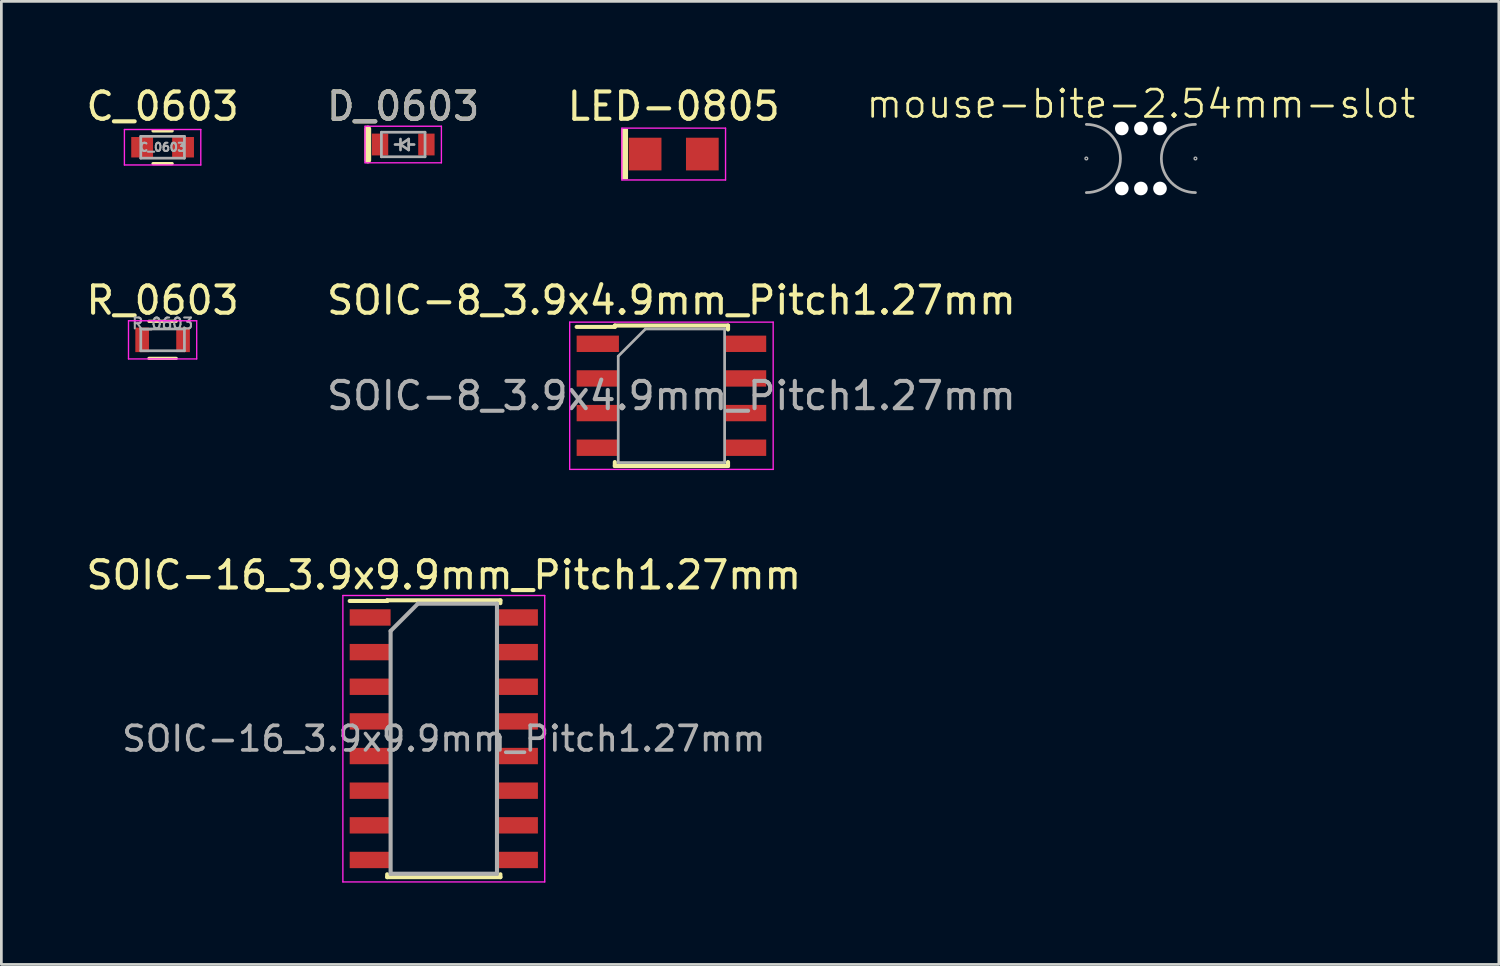
<source format=kicad_pcb>
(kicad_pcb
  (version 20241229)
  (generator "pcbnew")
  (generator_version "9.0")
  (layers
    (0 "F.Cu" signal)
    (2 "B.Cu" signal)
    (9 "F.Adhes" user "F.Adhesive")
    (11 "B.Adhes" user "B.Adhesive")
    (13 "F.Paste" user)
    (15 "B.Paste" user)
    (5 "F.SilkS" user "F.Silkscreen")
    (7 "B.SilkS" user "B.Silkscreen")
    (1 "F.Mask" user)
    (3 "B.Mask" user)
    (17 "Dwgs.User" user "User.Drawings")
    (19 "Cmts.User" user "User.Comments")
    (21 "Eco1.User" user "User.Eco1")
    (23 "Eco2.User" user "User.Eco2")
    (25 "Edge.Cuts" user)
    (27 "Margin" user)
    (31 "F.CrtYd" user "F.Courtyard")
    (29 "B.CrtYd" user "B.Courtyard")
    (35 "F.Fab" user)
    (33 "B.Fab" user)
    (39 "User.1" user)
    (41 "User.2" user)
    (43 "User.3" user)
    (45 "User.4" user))
  (footprint "SOIC-8_3.9x4.9mm_Pitch1.27mm"
    (layer "F.Cu")
    (at 21.565 11.459)
    (property "Reference" "SOIC-8_3.9x4.9mm_Pitch1.27mm" (at 0 -3.5 0) (layer "F.SilkS") (effects (font (size 1 1) (thickness 0.15))))
    (attr smd)
    (fp_line (start -2.075 -2.575) (end -2.075 -2.525) (stroke (width 0.15) (type solid)) (layer "F.SilkS"))
    (fp_line (start -2.075 -2.575) (end 2.075 -2.575) (stroke (width 0.15) (type solid)) (layer "F.SilkS"))
    (fp_line (start -2.075 -2.525) (end -3.475 -2.525) (stroke (width 0.15) (type solid)) (layer "F.SilkS"))
    (fp_line (start -2.075 2.575) (end -2.075 2.43) (stroke (width 0.15) (type solid)) (layer "F.SilkS"))
    (fp_line (start -2.075 2.575) (end 2.075 2.575) (stroke (width 0.15) (type solid)) (layer "F.SilkS"))
    (fp_line (start 2.075 -2.575) (end 2.075 -2.43) (stroke (width 0.15) (type solid)) (layer "F.SilkS"))
    (fp_line (start 2.075 2.575) (end 2.075 2.43) (stroke (width 0.15) (type solid)) (layer "F.SilkS"))
    (fp_line (start -3.73 -2.7) (end -3.73 2.7) (stroke (width 0.05) (type solid)) (layer "F.CrtYd"))
    (fp_line (start -3.73 -2.7) (end 3.73 -2.7) (stroke (width 0.05) (type solid)) (layer "F.CrtYd"))
    (fp_line (start -3.73 2.7) (end 3.73 2.7) (stroke (width 0.05) (type solid)) (layer "F.CrtYd"))
    (fp_line (start 3.73 -2.7) (end 3.73 2.7) (stroke (width 0.05) (type solid)) (layer "F.CrtYd"))
    (fp_line (start -1.95 -1.45) (end -0.95 -2.45) (stroke (width 0.1) (type solid)) (layer "F.Fab"))
    (fp_line (start -1.95 2.45) (end -1.95 -1.45) (stroke (width 0.1) (type solid)) (layer "F.Fab"))
    (fp_line (start -0.95 -2.45) (end 1.95 -2.45) (stroke (width 0.1) (type solid)) (layer "F.Fab"))
    (fp_line (start 1.95 -2.45) (end 1.95 2.45) (stroke (width 0.1) (type solid)) (layer "F.Fab"))
    (fp_line (start 1.95 2.45) (end -1.95 2.45) (stroke (width 0.1) (type solid)) (layer "F.Fab"))
    (fp_text user "${REFERENCE}" (at 0 0 0) (layer "F.Fab") (effects (font (size 1 1) (thickness 0.15))))
    (pad "1" smd rect (at -2.7 -1.905) (size 1.55 0.6) (layers "F.Cu" "F.Mask" "F.Paste"))
    (pad "2" smd rect (at -2.7 -0.635) (size 1.55 0.6) (layers "F.Cu" "F.Mask" "F.Paste"))
    (pad "3" smd rect (at -2.7 0.635) (size 1.55 0.6) (layers "F.Cu" "F.Mask" "F.Paste"))
    (pad "4" smd rect (at -2.7 1.905) (size 1.55 0.6) (layers "F.Cu" "F.Mask" "F.Paste"))
    (pad "5" smd rect (at 2.7 1.905) (size 1.55 0.6) (layers "F.Cu" "F.Mask" "F.Paste"))
    (pad "6" smd rect (at 2.7 0.635) (size 1.55 0.6) (layers "F.Cu" "F.Mask" "F.Paste"))
    (pad "7" smd rect (at 2.7 -0.635) (size 1.55 0.6) (layers "F.Cu" "F.Mask" "F.Paste"))
    (pad "8" smd rect (at 2.7 -1.905) (size 1.55 0.6) (layers "F.Cu" "F.Mask" "F.Paste")))
  (footprint "LED-0805"
    (layer "F.Cu")
    (at 21.649 2.598)
    (property "Reference" "LED-0805" (at 0 -1.75 0) (layer "F.SilkS") (effects (font (size 1 1) (thickness 0.15))))
    (attr smd)
    (fp_poly (pts (xy -1.9 -0.9) (xy -1.7 -0.9) (xy -1.7 0.9) (xy -1.9 0.9)) (stroke (width 0.05) (type solid)) (fill yes) (layer "F.SilkS"))
    (fp_line (start -1.9 -0.95) (end 1.9 -0.95) (stroke (width 0.05) (type solid)) (layer "F.CrtYd"))
    (fp_line (start -1.9 0.95) (end -1.9 -0.95) (stroke (width 0.05) (type solid)) (layer "F.CrtYd"))
    (fp_line (start 1.9 -0.95) (end 1.9 0.95) (stroke (width 0.05) (type solid)) (layer "F.CrtYd"))
    (fp_line (start 1.9 0.95) (end -1.9 0.95) (stroke (width 0.05) (type solid)) (layer "F.CrtYd"))
    (pad "1" smd rect (at -1.049 0 180) (size 1.199 1.199) (layers "F.Cu" "F.Mask" "F.Paste"))
    (pad "2" smd rect (at 1.049 0 180) (size 1.199 1.199) (layers "F.Cu" "F.Mask" "F.Paste")))
  (footprint "SOIC-16_3.9x9.9mm_Pitch1.27mm"
    (layer "F.Cu")
    (at 13.22 24.032)
    (property "Reference" "SOIC-16_3.9x9.9mm_Pitch1.27mm" (at 0 -6 0) (layer "F.SilkS") (effects (font (size 1 1) (thickness 0.15))))
    (attr smd)
    (fp_line (start -2.075 -5.075) (end -2.075 -5.05) (stroke (width 0.15) (type solid)) (layer "F.SilkS"))
    (fp_line (start -2.075 -5.075) (end 2.075 -5.075) (stroke (width 0.15) (type solid)) (layer "F.SilkS"))
    (fp_line (start -2.075 -5.05) (end -3.45 -5.05) (stroke (width 0.15) (type solid)) (layer "F.SilkS"))
    (fp_line (start -2.075 5.075) (end -2.075 4.97) (stroke (width 0.15) (type solid)) (layer "F.SilkS"))
    (fp_line (start -2.075 5.075) (end 2.075 5.075) (stroke (width 0.15) (type solid)) (layer "F.SilkS"))
    (fp_line (start 2.075 -5.075) (end 2.075 -4.97) (stroke (width 0.15) (type solid)) (layer "F.SilkS"))
    (fp_line (start 2.075 5.075) (end 2.075 4.97) (stroke (width 0.15) (type solid)) (layer "F.SilkS"))
    (fp_line (start -3.7 -5.25) (end -3.7 5.25) (stroke (width 0.05) (type solid)) (layer "F.CrtYd"))
    (fp_line (start -3.7 -5.25) (end 3.7 -5.25) (stroke (width 0.05) (type solid)) (layer "F.CrtYd"))
    (fp_line (start -3.7 5.25) (end 3.7 5.25) (stroke (width 0.05) (type solid)) (layer "F.CrtYd"))
    (fp_line (start 3.7 -5.25) (end 3.7 5.25) (stroke (width 0.05) (type solid)) (layer "F.CrtYd"))
    (fp_line (start -1.95 -3.95) (end -0.95 -4.95) (stroke (width 0.15) (type solid)) (layer "F.Fab"))
    (fp_line (start -1.95 4.95) (end -1.95 -3.95) (stroke (width 0.15) (type solid)) (layer "F.Fab"))
    (fp_line (start -0.95 -4.95) (end 1.95 -4.95) (stroke (width 0.15) (type solid)) (layer "F.Fab"))
    (fp_line (start 1.95 -4.95) (end 1.95 4.95) (stroke (width 0.15) (type solid)) (layer "F.Fab"))
    (fp_line (start 1.95 4.95) (end -1.95 4.95) (stroke (width 0.15) (type solid)) (layer "F.Fab"))
    (fp_text user "${REFERENCE}" (at 0 0 0) (layer "F.Fab") (effects (font (size 0.9 0.9) (thickness 0.135))))
    (pad "1" smd rect (at -2.7 -4.445) (size 1.5 0.6) (layers "F.Cu" "F.Mask" "F.Paste"))
    (pad "2" smd rect (at -2.7 -3.175) (size 1.5 0.6) (layers "F.Cu" "F.Mask" "F.Paste"))
    (pad "3" smd rect (at -2.7 -1.905) (size 1.5 0.6) (layers "F.Cu" "F.Mask" "F.Paste"))
    (pad "4" smd rect (at -2.7 -0.635) (size 1.5 0.6) (layers "F.Cu" "F.Mask" "F.Paste"))
    (pad "5" smd rect (at -2.7 0.635) (size 1.5 0.6) (layers "F.Cu" "F.Mask" "F.Paste"))
    (pad "6" smd rect (at -2.7 1.905) (size 1.5 0.6) (layers "F.Cu" "F.Mask" "F.Paste"))
    (pad "7" smd rect (at -2.7 3.175) (size 1.5 0.6) (layers "F.Cu" "F.Mask" "F.Paste"))
    (pad "8" smd rect (at -2.7 4.445) (size 1.5 0.6) (layers "F.Cu" "F.Mask" "F.Paste"))
    (pad "9" smd rect (at 2.7 4.445) (size 1.5 0.6) (layers "F.Cu" "F.Mask" "F.Paste"))
    (pad "10" smd rect (at 2.7 3.175) (size 1.5 0.6) (layers "F.Cu" "F.Mask" "F.Paste"))
    (pad "11" smd rect (at 2.7 1.905) (size 1.5 0.6) (layers "F.Cu" "F.Mask" "F.Paste"))
    (pad "12" smd rect (at 2.7 0.635) (size 1.5 0.6) (layers "F.Cu" "F.Mask" "F.Paste"))
    (pad "13" smd rect (at 2.7 -0.635) (size 1.5 0.6) (layers "F.Cu" "F.Mask" "F.Paste"))
    (pad "14" smd rect (at 2.7 -1.905) (size 1.5 0.6) (layers "F.Cu" "F.Mask" "F.Paste"))
    (pad "15" smd rect (at 2.7 -3.175) (size 1.5 0.6) (layers "F.Cu" "F.Mask" "F.Paste"))
    (pad "16" smd rect (at 2.7 -4.445) (size 1.5 0.6) (layers "F.Cu" "F.Mask" "F.Paste")))
  (footprint "C_0603"
    (layer "F.Cu")
    (at 2.911 2.348)
    (property "Reference" "C_0603" (at 0 -1.5 0) (layer "F.SilkS") (effects (font (size 1 1) (thickness 0.15))))
    (attr smd)
    (fp_line (start -0.35 -0.6) (end 0.35 -0.6) (stroke (width 0.12) (type solid)) (layer "F.SilkS"))
    (fp_line (start 0.35 0.6) (end -0.35 0.6) (stroke (width 0.12) (type solid)) (layer "F.SilkS"))
    (fp_line (start -1.4 -0.65) (end -1.4 0.65) (stroke (width 0.05) (type solid)) (layer "F.CrtYd"))
    (fp_line (start -1.4 -0.65) (end 1.4 -0.65) (stroke (width 0.05) (type solid)) (layer "F.CrtYd"))
    (fp_line (start 1.4 0.65) (end -1.4 0.65) (stroke (width 0.05) (type solid)) (layer "F.CrtYd"))
    (fp_line (start 1.4 0.65) (end 1.4 -0.65) (stroke (width 0.05) (type solid)) (layer "F.CrtYd"))
    (fp_line (start -0.8 -0.4) (end 0.8 -0.4) (stroke (width 0.1) (type solid)) (layer "F.Fab"))
    (fp_line (start -0.8 0.4) (end -0.8 -0.4) (stroke (width 0.1) (type solid)) (layer "F.Fab"))
    (fp_line (start 0.8 -0.4) (end 0.8 0.4) (stroke (width 0.1) (type solid)) (layer "F.Fab"))
    (fp_line (start 0.8 0.4) (end -0.8 0.4) (stroke (width 0.1) (type solid)) (layer "F.Fab"))
    (fp_text user "${REFERENCE}" (at 0 0 0) (layer "F.Fab") (effects (font (size 0.3 0.3) (thickness 0.075))))
    (pad "1" smd rect (at -0.75 0) (size 0.8 0.75) (layers "F.Cu" "F.Mask" "F.Paste"))
    (pad "2" smd rect (at 0.75 0) (size 0.8 0.75) (layers "F.Cu" "F.Mask" "F.Paste")))
  (footprint "R_0603"
    (layer "F.Cu")
    (at 2.911 9.409)
    (property "Reference" "R_0603" (at 0 -1.45 0) (layer "F.SilkS") (effects (font (size 1 1) (thickness 0.15))))
    (attr smd)
    (fp_line (start -0.5 -0.68) (end 0.5 -0.68) (stroke (width 0.12) (type solid)) (layer "F.SilkS"))
    (fp_line (start 0.5 0.68) (end -0.5 0.68) (stroke (width 0.12) (type solid)) (layer "F.SilkS"))
    (fp_line (start -1.25 -0.7) (end -1.25 0.7) (stroke (width 0.05) (type solid)) (layer "F.CrtYd"))
    (fp_line (start -1.25 -0.7) (end 1.25 -0.7) (stroke (width 0.05) (type solid)) (layer "F.CrtYd"))
    (fp_line (start 1.25 0.7) (end -1.25 0.7) (stroke (width 0.05) (type solid)) (layer "F.CrtYd"))
    (fp_line (start 1.25 0.7) (end 1.25 -0.7) (stroke (width 0.05) (type solid)) (layer "F.CrtYd"))
    (fp_line (start -0.8 -0.4) (end 0.8 -0.4) (stroke (width 0.1) (type solid)) (layer "F.Fab"))
    (fp_line (start -0.8 0.4) (end -0.8 -0.4) (stroke (width 0.1) (type solid)) (layer "F.Fab"))
    (fp_line (start 0.8 -0.4) (end 0.8 0.4) (stroke (width 0.1) (type solid)) (layer "F.Fab"))
    (fp_line (start 0.8 0.4) (end -0.8 0.4) (stroke (width 0.1) (type solid)) (layer "F.Fab"))
    (fp_text user "${REFERENCE}" (at 0 -0.6 0) (layer "F.Fab") (effects (font (size 0.4 0.4) (thickness 0.075))))
    (pad "1" smd rect (at -0.75 0) (size 0.5 0.9) (layers "F.Cu" "F.Mask" "F.Paste"))
    (pad "2" smd rect (at 0.75 0) (size 0.5 0.9) (layers "F.Cu" "F.Mask" "F.Paste")))
  (footprint "mouse-bite-2.54mm-slot"
    (layer "F.Cu")
    (at 38.776 2.76)
    (property "Reference" "mouse-bite-2.54mm-slot" (at 0 -2 0) (layer "F.SilkS") (effects (font (size 1 1) (thickness 0.1))))
    (attr through_hole)
    (fp_arc (start -2 -1.25) (mid -0.75 0) (end -2 1.25) (stroke (width 0.1) (type solid)) (layer "F.Fab"))
    (fp_arc (start 2 1.25) (mid 0.75 0) (end 2 -1.25) (stroke (width 0.1) (type solid)) (layer "F.Fab"))
    (fp_circle (center -2 0) (end -1.95 0) (stroke (width 0.05) (type solid)) (fill no) (layer "F.Fab"))
    (fp_circle (center 2 0) (end 2.05 0) (stroke (width 0.05) (type solid)) (fill no) (layer "F.Fab"))
    (pad "" np_thru_hole circle (at -0.7 -1.1) (size 0.5 0.5) (drill 0.5) (layers "*.Cu" "*.Mask"))
    (pad "" np_thru_hole circle (at -0.7 1.1) (size 0.5 0.5) (drill 0.5) (layers "*.Cu" "*.Mask"))
    (pad "" np_thru_hole circle (at 0 -1.1) (size 0.5 0.5) (drill 0.5) (layers "*.Cu" "*.Mask"))
    (pad "" np_thru_hole circle (at 0 1.1) (size 0.5 0.5) (drill 0.5) (layers "*.Cu" "*.Mask"))
    (pad "" np_thru_hole circle (at 0.7 -1.1) (size 0.5 0.5) (drill 0.5) (layers "*.Cu" "*.Mask"))
    (pad "" np_thru_hole circle (at 0.7 1.1) (size 0.5 0.5) (drill 0.5) (layers "*.Cu" "*.Mask")))
  (footprint "D_0603"
    (layer "F.Cu")
    (at 11.732 2.248)
    (property "Reference" "D_0603" (at 0 -1.4 0) (layer "F.SilkS") (effects (font (size 1 1) (thickness 0.15))))
    (attr smd)
    (fp_line (start -1.3 -0.57) (end -1.3 0.57) (stroke (width 0.25) (type solid)) (layer "F.SilkS"))
    (fp_line (start -1.4 -0.67) (end -1.4 0.67) (stroke (width 0.05) (type solid)) (layer "F.CrtYd"))
    (fp_line (start -1.4 0.67) (end 1.4 0.67) (stroke (width 0.05) (type solid)) (layer "F.CrtYd"))
    (fp_line (start 1.4 -0.67) (end -1.4 -0.67) (stroke (width 0.05) (type solid)) (layer "F.CrtYd"))
    (fp_line (start 1.4 0.67) (end 1.4 -0.67) (stroke (width 0.05) (type solid)) (layer "F.CrtYd"))
    (fp_line (start -0.8 -0.45) (end 0.8 -0.45) (stroke (width 0.1) (type solid)) (layer "F.Fab"))
    (fp_line (start -0.8 0.45) (end -0.8 -0.45) (stroke (width 0.1) (type solid)) (layer "F.Fab"))
    (fp_line (start -0.1 -0.2) (end -0.1 0.2) (stroke (width 0.1) (type solid)) (layer "F.Fab"))
    (fp_line (start -0.1 0) (end -0.3 0) (stroke (width 0.1) (type solid)) (layer "F.Fab"))
    (fp_line (start -0.1 0) (end 0.2 0.2) (stroke (width 0.1) (type solid)) (layer "F.Fab"))
    (fp_line (start 0.2 -0.2) (end -0.1 0) (stroke (width 0.1) (type solid)) (layer "F.Fab"))
    (fp_line (start 0.2 0) (end 0.4 0) (stroke (width 0.1) (type solid)) (layer "F.Fab"))
    (fp_line (start 0.2 0.2) (end 0.2 -0.2) (stroke (width 0.1) (type solid)) (layer "F.Fab"))
    (fp_line (start 0.8 -0.45) (end 0.8 0.45) (stroke (width 0.1) (type solid)) (layer "F.Fab"))
    (fp_line (start 0.8 0.45) (end -0.8 0.45) (stroke (width 0.1) (type solid)) (layer "F.Fab"))
    (fp_text user "${REFERENCE}" (at 0 -1.4 0) (layer "F.Fab") (effects (font (size 1 1) (thickness 0.15))))
    (pad "1" smd rect (at -0.85 0) (size 0.6 0.8) (layers "F.Cu" "F.Mask" "F.Paste"))
    (pad "2" smd rect (at 0.85 0) (size 0.6 0.8) (layers "F.Cu" "F.Mask" "F.Paste")))
  (gr_rect
    (start -3 -3)
    (end 51.898 32.307)
    (stroke (width 0.1) (type default))
    (fill no)
    (layer "Edge.Cuts")))
</source>
